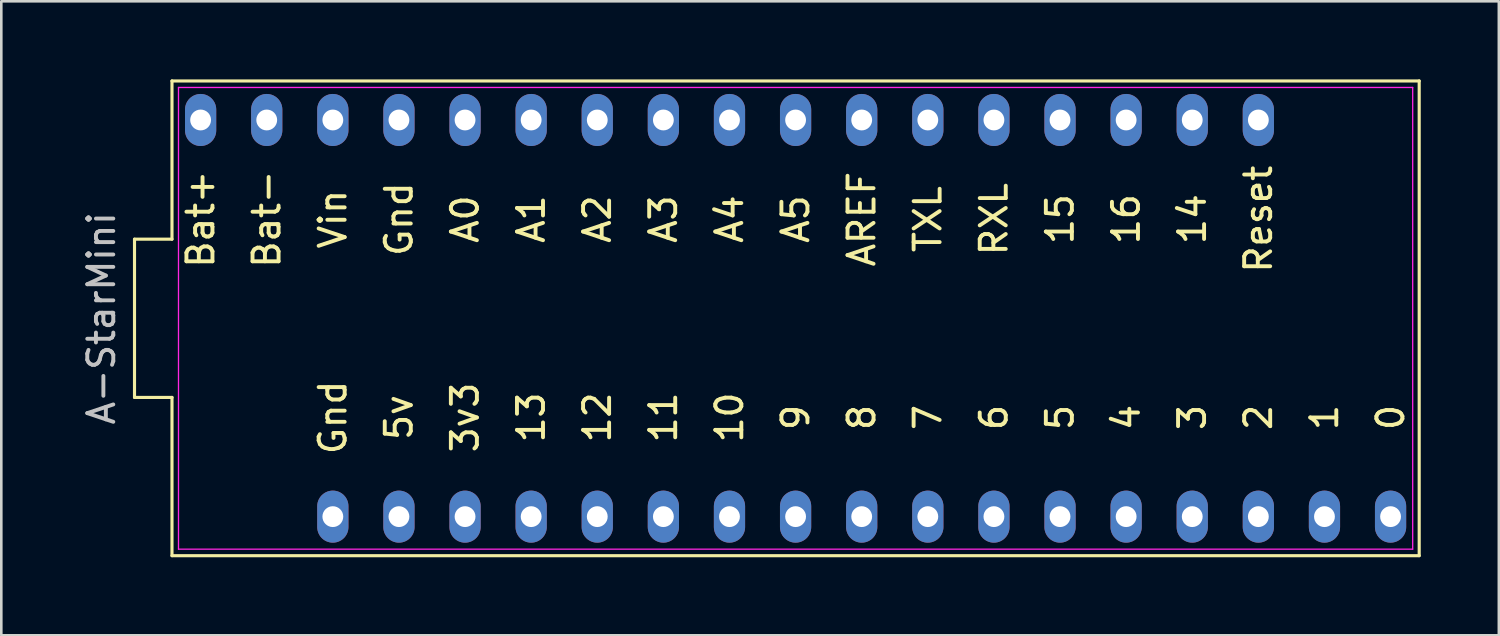
<source format=kicad_pcb>
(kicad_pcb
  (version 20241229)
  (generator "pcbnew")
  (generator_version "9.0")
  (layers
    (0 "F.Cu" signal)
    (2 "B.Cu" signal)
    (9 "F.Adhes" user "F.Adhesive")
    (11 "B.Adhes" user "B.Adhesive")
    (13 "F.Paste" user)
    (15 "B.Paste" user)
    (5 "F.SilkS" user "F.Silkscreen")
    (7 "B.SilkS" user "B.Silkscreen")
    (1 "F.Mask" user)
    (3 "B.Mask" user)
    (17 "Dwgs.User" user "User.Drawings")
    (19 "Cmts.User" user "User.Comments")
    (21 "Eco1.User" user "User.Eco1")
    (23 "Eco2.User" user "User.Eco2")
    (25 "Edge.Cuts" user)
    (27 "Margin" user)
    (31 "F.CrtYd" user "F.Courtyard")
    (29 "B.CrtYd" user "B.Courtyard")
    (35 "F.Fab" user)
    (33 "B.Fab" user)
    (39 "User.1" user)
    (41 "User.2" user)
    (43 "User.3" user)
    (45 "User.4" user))
  (footprint "A-StarMini"
    (layer "F.Cu")
    (at 28.788 9.18)
    (property "Reference" "A-StarMini" (at -27.94 0 90) (layer "Dwgs.User") (effects (font (size 1 1) (thickness 0.15))))
    (attr through_hole)
    (fp_line (start -26.67 -3.04) (end -26.67 3.04) (stroke (width 0.12) (type solid)) (layer "F.SilkS"))
    (fp_line (start -26.67 -3.04) (end -25.23 -3.04) (stroke (width 0.12) (type solid)) (layer "F.SilkS"))
    (fp_line (start -26.67 3.04) (end -25.23 3.04) (stroke (width 0.12) (type solid)) (layer "F.SilkS"))
    (fp_line (start -25.23 -9.12) (end -25.23 -3.04) (stroke (width 0.12) (type solid)) (layer "F.SilkS"))
    (fp_line (start -25.23 3.04) (end -25.23 9.12) (stroke (width 0.12) (type solid)) (layer "F.SilkS"))
    (fp_line (start -25.23 9.12) (end 22.69 9.12) (stroke (width 0.12) (type solid)) (layer "F.SilkS"))
    (fp_line (start 22.69 -9.12) (end -25.23 -9.12) (stroke (width 0.12) (type solid)) (layer "F.SilkS"))
    (fp_line (start 22.69 9.12) (end 22.69 -9.12) (stroke (width 0.12) (type solid)) (layer "F.SilkS"))
    (fp_line (start -24.98 -8.87) (end 22.44 -8.87) (stroke (width 0.05) (type solid)) (layer "F.CrtYd"))
    (fp_line (start -24.98 8.87) (end -24.98 -8.87) (stroke (width 0.05) (type solid)) (layer "F.CrtYd"))
    (fp_line (start 22.44 -8.87) (end 22.44 8.87) (stroke (width 0.05) (type solid)) (layer "F.CrtYd"))
    (fp_line (start 22.44 8.87) (end -24.98 8.87) (stroke (width 0.05) (type solid)) (layer "F.CrtYd"))
    (fp_text user "4" (at 11.43 3.81 90) (layer "F.SilkS") (effects (font (size 1 1) (thickness 0.15))))
    (fp_text user "A1" (at -11.43 -3.81 90) (layer "F.SilkS") (effects (font (size 1 1) (thickness 0.15))))
    (fp_text user "A0" (at -13.97 -3.81 90) (layer "F.SilkS") (effects (font (size 1 1) (thickness 0.15))))
    (fp_text user "15" (at 8.89 -3.81 90) (layer "F.SilkS") (effects (font (size 1 1) (thickness 0.15))))
    (fp_text user "Gnd" (at -16.51 -3.81 90) (layer "F.SilkS") (effects (font (size 1 1) (thickness 0.15))))
    (fp_text user "12" (at -8.89 3.81 90) (layer "F.SilkS") (effects (font (size 1 1) (thickness 0.15))))
    (fp_text user "14" (at 13.97 -3.81 90) (layer "F.SilkS") (effects (font (size 1 1) (thickness 0.15))))
    (fp_text user "Reset" (at 16.51 -3.81 90) (layer "F.SilkS") (effects (font (size 1 1) (thickness 0.15))))
    (fp_text user "RXL" (at 6.35 -3.81 90) (layer "F.SilkS") (effects (font (size 1 1) (thickness 0.15))))
    (fp_text user "A4" (at -3.81 -3.81 90) (layer "F.SilkS") (effects (font (size 1 1) (thickness 0.15))))
    (fp_text user "Vin" (at -19.05 -3.81 90) (layer "F.SilkS") (effects (font (size 1 1) (thickness 0.15))))
    (fp_text user "AREF" (at 1.27 -3.81 90) (layer "F.SilkS") (effects (font (size 1 1) (thickness 0.15))))
    (fp_text user "8" (at 1.27 3.81 90) (layer "F.SilkS") (effects (font (size 1 1) (thickness 0.15))))
    (fp_text user "A3" (at -6.35 -3.81 90) (layer "F.SilkS") (effects (font (size 1 1) (thickness 0.15))))
    (fp_text user "0" (at 21.59 3.81 90) (layer "F.SilkS") (effects (font (size 1 1) (thickness 0.15))))
    (fp_text user "13" (at -11.43 3.81 90) (layer "F.SilkS") (effects (font (size 1 1) (thickness 0.15))))
    (fp_text user "16" (at 11.43 -3.81 90) (layer "F.SilkS") (effects (font (size 1 1) (thickness 0.15))))
    (fp_text user "7" (at 3.81 3.81 90) (layer "F.SilkS") (effects (font (size 1 1) (thickness 0.15))))
    (fp_text user "3v3" (at -13.97 3.81 90) (layer "F.SilkS") (effects (font (size 1 1) (thickness 0.15))))
    (fp_text user "2" (at 16.51 3.81 90) (layer "F.SilkS") (effects (font (size 1 1) (thickness 0.15))))
    (fp_text user "6" (at 6.35 3.81 90) (layer "F.SilkS") (effects (font (size 1 1) (thickness 0.15))))
    (fp_text user "Bat+" (at -24.13 -3.81 90) (layer "F.SilkS") (effects (font (size 1 1) (thickness 0.15))))
    (fp_text user "5v" (at -16.51 3.81 90) (layer "F.SilkS") (effects (font (size 1 1) (thickness 0.15))))
    (fp_text user "1" (at 19.05 3.81 90) (layer "F.SilkS") (effects (font (size 1 1) (thickness 0.15))))
    (fp_text user "9" (at -1.27 3.81 90) (layer "F.SilkS") (effects (font (size 1 1) (thickness 0.15))))
    (fp_text user "Gnd" (at -19.05 3.81 90) (layer "F.SilkS") (effects (font (size 1 1) (thickness 0.15))))
    (fp_text user "TXL" (at 3.81 -3.81 90) (layer "F.SilkS") (effects (font (size 1 1) (thickness 0.15))))
    (fp_text user "A5" (at -1.27 -3.81 90) (layer "F.SilkS") (effects (font (size 1 1) (thickness 0.15))))
    (fp_text user "5" (at 8.89 3.81 90) (layer "F.SilkS") (effects (font (size 1 1) (thickness 0.15))))
    (fp_text user "3" (at 13.97 3.81 90) (layer "F.SilkS") (effects (font (size 1 1) (thickness 0.15))))
    (fp_text user "10" (at -3.81 3.81 90) (layer "F.SilkS") (effects (font (size 1 1) (thickness 0.15))))
    (fp_text user "A2" (at -8.89 -3.81 90) (layer "F.SilkS") (effects (font (size 1 1) (thickness 0.15))))
    (fp_text user "11" (at -6.35 3.81 90) (layer "F.SilkS") (effects (font (size 1 1) (thickness 0.15))))
    (fp_text user "Bat-" (at -21.59 -3.81 90) (layer "F.SilkS") (effects (font (size 1 1) (thickness 0.15))))
    (pad "1" thru_hole oval (at -24.13 -7.62) (size 1.2 2) (drill 0.8) (layers "*.Cu" "*.Mask"))
    (pad "2" thru_hole oval (at -21.59 -7.62) (size 1.2 2) (drill 0.8) (layers "*.Cu" "*.Mask"))
    (pad "3" thru_hole oval (at -19.05 -7.62) (size 1.2 2) (drill 0.8) (layers "*.Cu" "*.Mask"))
    (pad "4" thru_hole oval (at -16.51 -7.62) (size 1.2 2) (drill 0.8) (layers "*.Cu" "*.Mask"))
    (pad "5" thru_hole oval (at -13.97 -7.62) (size 1.2 2) (drill 0.8) (layers "*.Cu" "*.Mask"))
    (pad "6" thru_hole oval (at -11.43 -7.62) (size 1.2 2) (drill 0.8) (layers "*.Cu" "*.Mask"))
    (pad "7" thru_hole oval (at -8.89 -7.62) (size 1.2 2) (drill 0.8) (layers "*.Cu" "*.Mask"))
    (pad "8" thru_hole oval (at -6.35 -7.62) (size 1.2 2) (drill 0.8) (layers "*.Cu" "*.Mask"))
    (pad "9" thru_hole oval (at -3.81 -7.62) (size 1.2 2) (drill 0.8) (layers "*.Cu" "*.Mask"))
    (pad "10" thru_hole oval (at -1.27 -7.62) (size 1.2 2) (drill 0.8) (layers "*.Cu" "*.Mask"))
    (pad "11" thru_hole oval (at 1.27 -7.62) (size 1.2 2) (drill 0.8) (layers "*.Cu" "*.Mask"))
    (pad "12" thru_hole oval (at 3.81 -7.62) (size 1.2 2) (drill 0.8) (layers "*.Cu" "*.Mask"))
    (pad "13" thru_hole oval (at 6.35 -7.62) (size 1.2 2) (drill 0.8) (layers "*.Cu" "*.Mask"))
    (pad "14" thru_hole oval (at 8.89 -7.62) (size 1.2 2) (drill 0.8) (layers "*.Cu" "*.Mask"))
    (pad "15" thru_hole oval (at 11.43 -7.62) (size 1.2 2) (drill 0.8) (layers "*.Cu" "*.Mask"))
    (pad "16" thru_hole oval (at 13.97 -7.62) (size 1.2 2) (drill 0.8) (layers "*.Cu" "*.Mask"))
    (pad "17" thru_hole oval (at 16.51 -7.62) (size 1.2 2) (drill 0.8) (layers "*.Cu" "*.Mask"))
    (pad "18" thru_hole oval (at -19.05 7.62) (size 1.2 2) (drill 0.8) (layers "*.Cu" "*.Mask"))
    (pad "19" thru_hole oval (at -16.51 7.62) (size 1.2 2) (drill 0.8) (layers "*.Cu" "*.Mask"))
    (pad "20" thru_hole oval (at -13.97 7.62) (size 1.2 2) (drill 0.8) (layers "*.Cu" "*.Mask"))
    (pad "21" thru_hole oval (at -11.43 7.62) (size 1.2 2) (drill 0.8) (layers "*.Cu" "*.Mask"))
    (pad "22" thru_hole oval (at -8.89 7.62) (size 1.2 2) (drill 0.8) (layers "*.Cu" "*.Mask"))
    (pad "23" thru_hole oval (at -6.35 7.62) (size 1.2 2) (drill 0.8) (layers "*.Cu" "*.Mask"))
    (pad "24" thru_hole oval (at -3.81 7.62) (size 1.2 2) (drill 0.8) (layers "*.Cu" "*.Mask"))
    (pad "25" thru_hole oval (at -1.27 7.62) (size 1.2 2) (drill 0.8) (layers "*.Cu" "*.Mask"))
    (pad "26" thru_hole oval (at 1.27 7.62) (size 1.2 2) (drill 0.8) (layers "*.Cu" "*.Mask"))
    (pad "27" thru_hole oval (at 3.81 7.62) (size 1.2 2) (drill 0.8) (layers "*.Cu" "*.Mask"))
    (pad "28" thru_hole oval (at 6.35 7.62) (size 1.2 2) (drill 0.8) (layers "*.Cu" "*.Mask"))
    (pad "29" thru_hole oval (at 8.89 7.62) (size 1.2 2) (drill 0.8) (layers "*.Cu" "*.Mask"))
    (pad "30" thru_hole oval (at 11.43 7.62) (size 1.2 2) (drill 0.8) (layers "*.Cu" "*.Mask"))
    (pad "31" thru_hole oval (at 13.97 7.62) (size 1.2 2) (drill 0.8) (layers "*.Cu" "*.Mask"))
    (pad "32" thru_hole oval (at 16.51 7.62) (size 1.2 2) (drill 0.8) (layers "*.Cu" "*.Mask"))
    (pad "33" thru_hole oval (at 19.05 7.62) (size 1.2 2) (drill 0.8) (layers "*.Cu" "*.Mask"))
    (pad "34" thru_hole oval (at 21.59 7.62) (size 1.2 2) (drill 0.8) (layers "*.Cu" "*.Mask")))
  (gr_rect
    (start -3 -3)
    (end 54.538 21.36)
    (stroke (width 0.1) (type default))
    (fill no)
    (layer "Edge.Cuts")))
</source>
